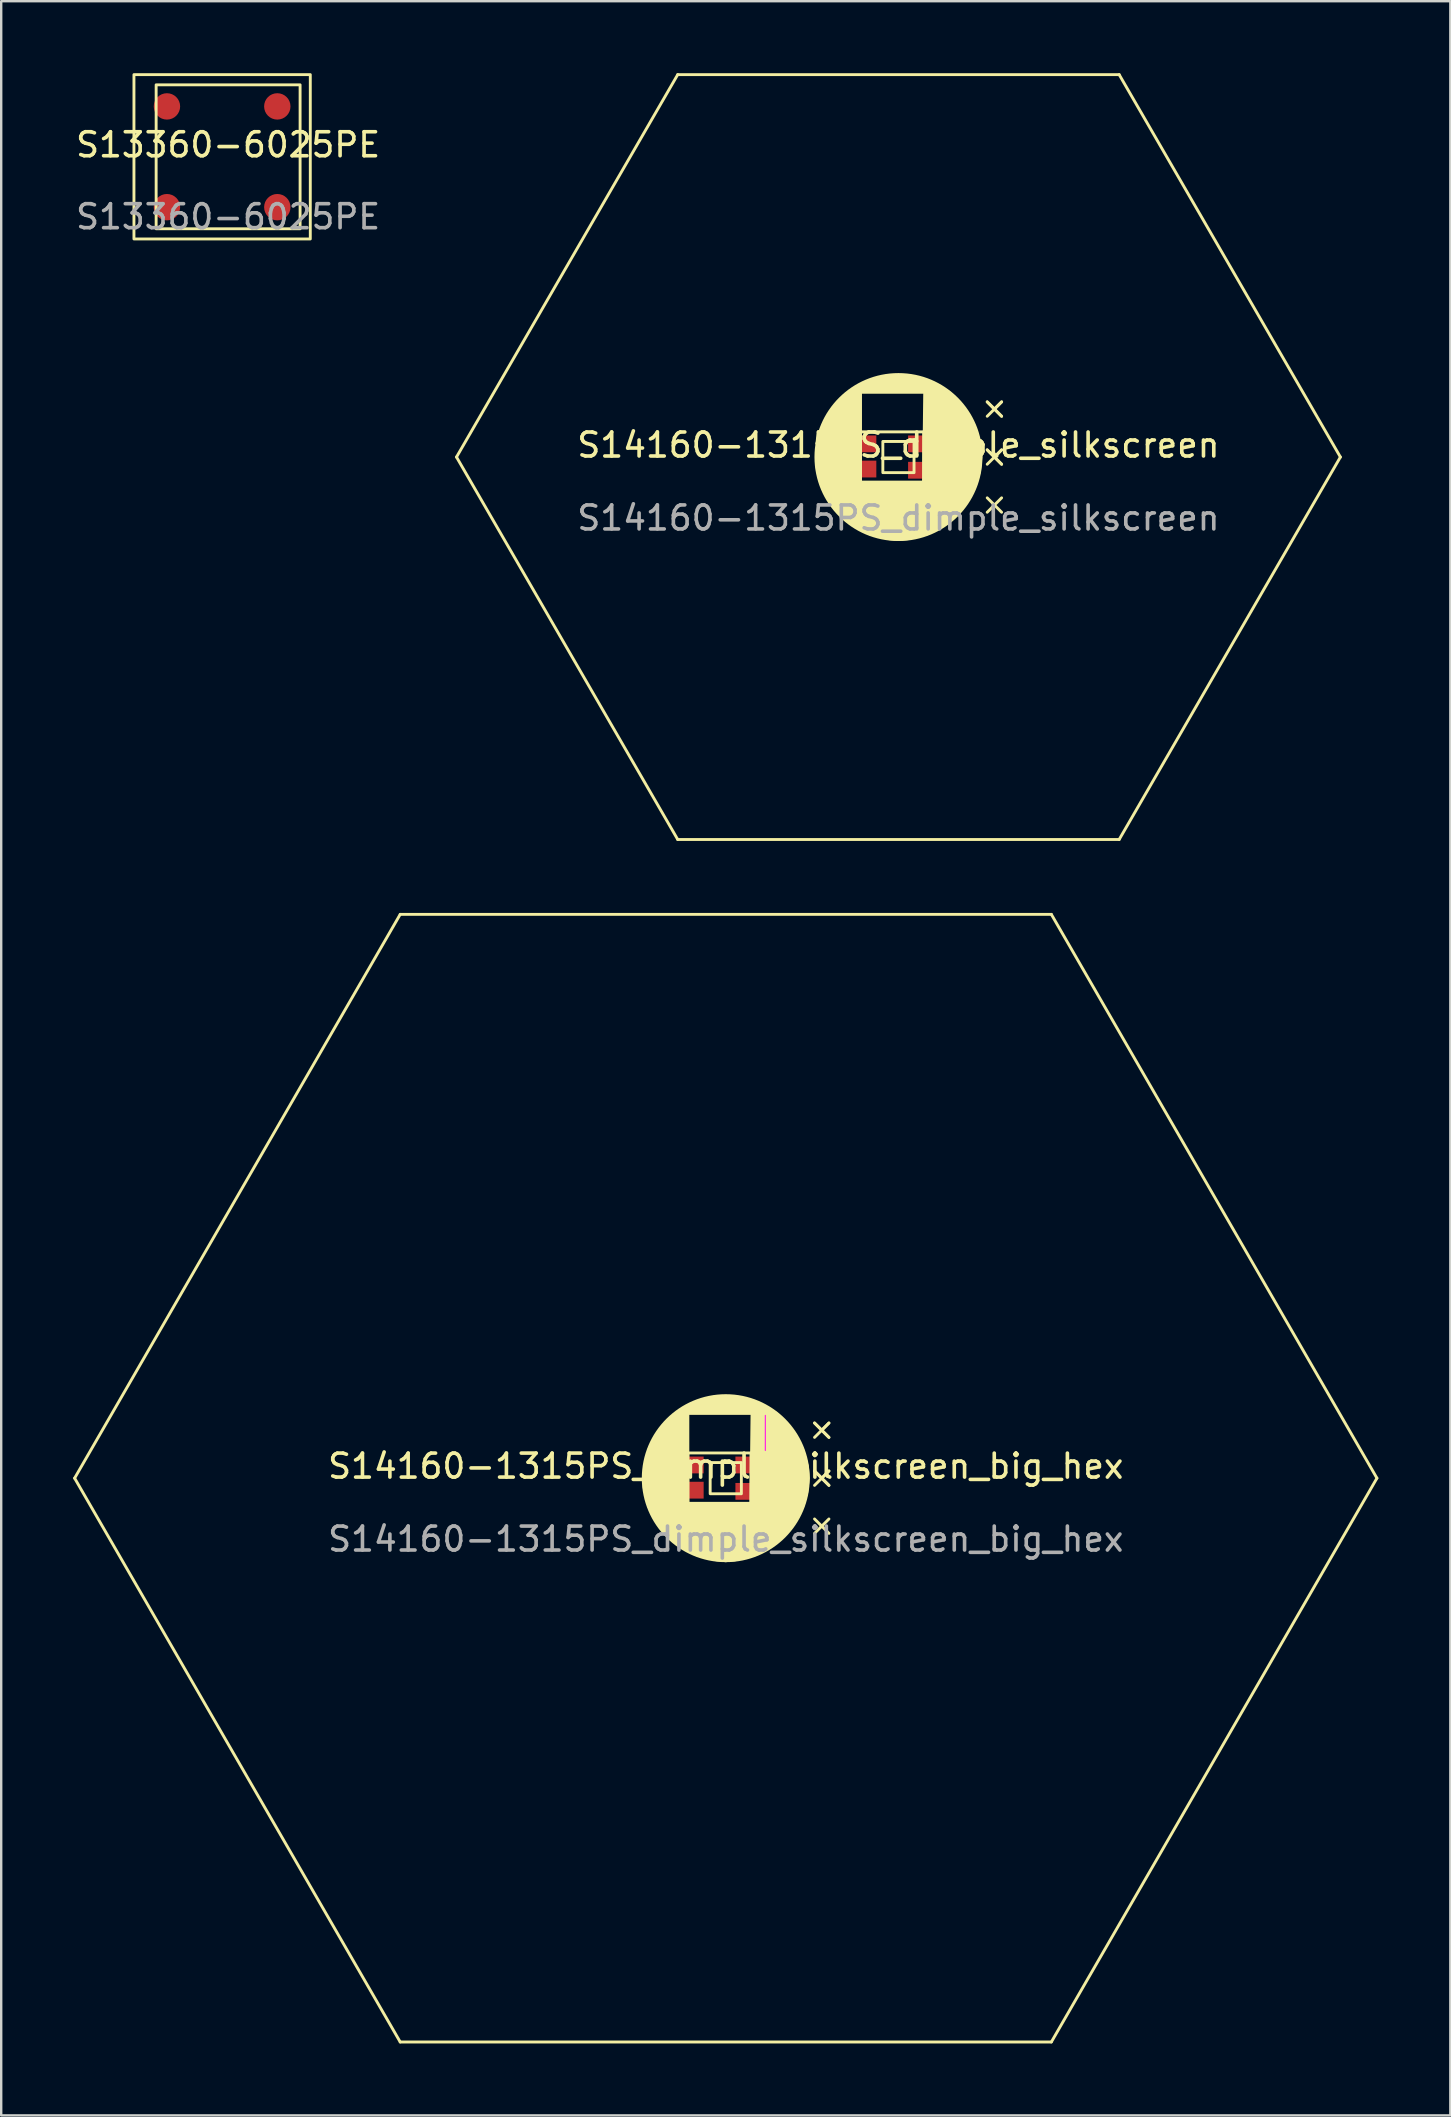
<source format=kicad_pcb>
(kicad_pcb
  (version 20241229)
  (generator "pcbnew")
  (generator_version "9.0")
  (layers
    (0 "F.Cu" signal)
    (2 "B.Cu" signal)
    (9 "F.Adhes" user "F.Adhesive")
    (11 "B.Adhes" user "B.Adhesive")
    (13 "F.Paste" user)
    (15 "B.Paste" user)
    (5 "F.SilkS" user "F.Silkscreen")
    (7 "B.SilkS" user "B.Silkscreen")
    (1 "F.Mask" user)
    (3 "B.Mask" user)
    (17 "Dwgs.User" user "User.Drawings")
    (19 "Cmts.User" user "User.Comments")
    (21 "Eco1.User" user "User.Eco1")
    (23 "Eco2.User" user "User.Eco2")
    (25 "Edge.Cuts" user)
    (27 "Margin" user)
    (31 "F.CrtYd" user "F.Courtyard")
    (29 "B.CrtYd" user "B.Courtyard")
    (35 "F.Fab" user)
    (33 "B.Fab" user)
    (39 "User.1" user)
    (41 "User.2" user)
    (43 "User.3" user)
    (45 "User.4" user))
  (footprint "S14160-1315PS_dimple_silkscreen"
    (layer "F.Cu")
    (at 34.397 16)
    (property "Reference" "S14160-1315PS_dimple_silkscreen" (at 0 -0.5 0) (unlocked yes) (layer "F.SilkS") (effects (font (size 1 1) (thickness 0.15))))
    (attr smd)
    (fp_line (start -18.42 0) (end -9.2 -15.94) (stroke (width 0.12) (type solid)) (layer "F.SilkS"))
    (fp_line (start -9.2 -15.94) (end 9.2 -15.94) (stroke (width 0.12) (type solid)) (layer "F.SilkS"))
    (fp_line (start -9.2 15.94) (end -18.42 0) (stroke (width 0.12) (type solid)) (layer "F.SilkS"))
    (fp_line (start -9.2 15.94) (end 9.2 15.94) (stroke (width 0.12) (type solid)) (layer "F.SilkS"))
    (fp_line (start -1.58 1.05) (end -1.58 -1.05) (stroke (width 0.12) (type solid)) (layer "F.SilkS"))
    (fp_line (start -1.58 1.05) (end 1.05 1.05) (stroke (width 0.12) (type solid)) (layer "F.SilkS"))
    (fp_line (start 1.05 -1.05) (end -1.58 -1.05) (stroke (width 0.12) (type solid)) (layer "F.SilkS"))
    (fp_line (start 1.05 -1.05) (end 1.05 1.05) (stroke (width 0.12) (type solid)) (layer "F.SilkS"))
    (fp_line (start 3.7 -2.3) (end 4 -2) (stroke (width 0.12) (type solid)) (layer "F.SilkS"))
    (fp_line (start 3.7 -0.3) (end 4 0) (stroke (width 0.12) (type solid)) (layer "F.SilkS"))
    (fp_line (start 4 -2) (end 3.7 -2.3) (stroke (width 0.12) (type solid)) (layer "F.SilkS"))
    (fp_line (start 4 -2) (end 3.7 -1.7) (stroke (width 0.12) (type solid)) (layer "F.SilkS"))
    (fp_line (start 4 -2) (end 4.3 -2.3) (stroke (width 0.12) (type solid)) (layer "F.SilkS"))
    (fp_line (start 4 -2) (end 4.3 -1.7) (stroke (width 0.12) (type solid)) (layer "F.SilkS"))
    (fp_line (start 4 0) (end 3.7 -0.3) (stroke (width 0.12) (type solid)) (layer "F.SilkS"))
    (fp_line (start 4 0) (end 3.7 0.3) (stroke (width 0.12) (type solid)) (layer "F.SilkS"))
    (fp_line (start 4 0) (end 4.3 -0.3) (stroke (width 0.12) (type solid)) (layer "F.SilkS"))
    (fp_line (start 4 0) (end 4.3 0.3) (stroke (width 0.12) (type solid)) (layer "F.SilkS"))
    (fp_line (start 4 2) (end 3.7 1.7) (stroke (width 0.12) (type solid)) (layer "F.SilkS"))
    (fp_line (start 4 2) (end 3.7 2.3) (stroke (width 0.12) (type solid)) (layer "F.SilkS"))
    (fp_line (start 4 2) (end 4.3 1.7) (stroke (width 0.12) (type solid)) (layer "F.SilkS"))
    (fp_line (start 4 2) (end 4.3 2.3) (stroke (width 0.12) (type solid)) (layer "F.SilkS"))
    (fp_line (start 4.3 -2.3) (end 4 -2) (stroke (width 0.12) (type solid)) (layer "F.SilkS"))
    (fp_line (start 4.3 -1.7) (end 4 -2) (stroke (width 0.12) (type solid)) (layer "F.SilkS"))
    (fp_line (start 4.3 -0.3) (end 4 0) (stroke (width 0.12) (type solid)) (layer "F.SilkS"))
    (fp_line (start 4.3 0.3) (end 4 0) (stroke (width 0.12) (type solid)) (layer "F.SilkS"))
    (fp_line (start 9.2 15.94) (end 18.42 0) (stroke (width 0.12) (type solid)) (layer "F.SilkS"))
    (fp_line (start 18.42 0) (end 9.2 -15.94) (stroke (width 0.12) (type solid)) (layer "F.SilkS"))
    (fp_rect (start -0.65 -0.65) (end 0.65 0.65) (stroke (width 0.12) (type solid)) (fill no) (layer "F.SilkS"))
    (fp_circle (center 0 0) (end 3.44 0) (stroke (width 0.12) (type solid)) (fill no) (layer "F.SilkS"))
    (fp_poly (pts (xy 1.1 -3.2) (xy 1.3 -2.7) (xy -1.6 -2.7) (xy -1.58 -3) (xy -1.1 -3.2) (xy -0.4 -3.4) (xy 0.2 -3.4)) (stroke (width 0.12) (type solid)) (fill yes) (layer "F.SilkS"))
    (fp_poly (pts (xy -1.58 1.05) (xy 1.05 1.05) (xy 1.3 2.1) (xy 0 3.44) (xy -0.4 3.4) (xy -1.2 3.2) (xy -1.6 3) (xy -1.9 2.8) (xy -2.4 2.4) (xy -2.8 1.9) (xy -3.2 1.2) (xy -3.4 0.4) (xy -3.4 -0.2) (xy -3.2 -1.2) (xy -2.8 -1.9) (xy -2.3 -2.5) (xy -1.58 -3)) (stroke (width 0.12) (type solid)) (fill yes) (layer "F.SilkS"))
    (fp_poly (pts (xy 1.6 -3) (xy 2.1 -2.7) (xy 2.5 -2.3) (xy 2.9 -1.8) (xy 3.1 -1.4) (xy 3.2 -1.2) (xy 3.4 -0.5) (xy 3.44 0) (xy 3.375 0.6) (xy 3.2 1.2) (xy 2.8 1.9) (xy 2.2 2.6) (xy 1.6 3) (xy 1.2 3.2) (xy 0.4 3.4) (xy 0 3.44) (xy 1.05 1.05) (xy 1.1 -3.2)) (stroke (width 0.12) (type solid)) (fill yes) (layer "F.SilkS"))
    (fp_text user "${REFERENCE}" (at 0 2.54 0) (unlocked yes) (layer "F.Fab") (effects (font (size 1 1) (thickness 0.15))))
    (pad "1" smd rect (at 0.752 -0.55) (size 0.7 0.7) (layers "F.Cu" "F.Mask" "F.Paste"))
    (pad "2" smd rect (at -1.272 -0.55) (size 0.7 0.7) (layers "F.Cu" "F.Mask" "F.Paste"))
    (pad "3" smd rect (at -1.272 0.5) (size 0.7 0.7) (layers "F.Cu" "F.Mask" "F.Paste"))
    (pad "4" smd rect (at 0.752 0.55) (size 0.7 0.7) (layers "F.Cu" "F.Mask" "F.Paste")))
  (footprint "S14160-1315PS_dimple_silkscreen_big_hex"
    (layer "F.Cu")
    (at 27.2 58.56)
    (property "Reference" "S14160-1315PS_dimple_silkscreen_big_hex" (at 0 -0.5 0) (unlocked yes) (layer "F.SilkS") (effects (font (size 1 1) (thickness 0.15))))
    (attr smd)
    (fp_line (start -27.14 0) (end -13.57 -23.5) (stroke (width 0.12) (type solid)) (layer "F.SilkS"))
    (fp_line (start -13.57 -23.5) (end 13.57 -23.5) (stroke (width 0.12) (type solid)) (layer "F.SilkS"))
    (fp_line (start -13.57 23.5) (end -27.14 0) (stroke (width 0.12) (type solid)) (layer "F.SilkS"))
    (fp_line (start -13.57 23.5) (end 13.57 23.5) (stroke (width 0.12) (type solid)) (layer "F.SilkS"))
    (fp_line (start -1.58 1.05) (end -1.58 -1.05) (stroke (width 0.12) (type solid)) (layer "F.SilkS"))
    (fp_line (start -1.58 1.05) (end 1.05 1.05) (stroke (width 0.12) (type solid)) (layer "F.SilkS"))
    (fp_line (start 1.05 -1.05) (end -1.58 -1.05) (stroke (width 0.12) (type solid)) (layer "F.SilkS"))
    (fp_line (start 1.05 -1.05) (end 1.05 1.05) (stroke (width 0.12) (type solid)) (layer "F.SilkS"))
    (fp_line (start 3.7 -2.3) (end 4 -2) (stroke (width 0.12) (type solid)) (layer "F.SilkS"))
    (fp_line (start 3.7 -0.3) (end 4 0) (stroke (width 0.12) (type solid)) (layer "F.SilkS"))
    (fp_line (start 4 -2) (end 3.7 -2.3) (stroke (width 0.12) (type solid)) (layer "F.SilkS"))
    (fp_line (start 4 -2) (end 3.7 -1.7) (stroke (width 0.12) (type solid)) (layer "F.SilkS"))
    (fp_line (start 4 -2) (end 4.3 -2.3) (stroke (width 0.12) (type solid)) (layer "F.SilkS"))
    (fp_line (start 4 -2) (end 4.3 -1.7) (stroke (width 0.12) (type solid)) (layer "F.SilkS"))
    (fp_line (start 4 0) (end 3.7 -0.3) (stroke (width 0.12) (type solid)) (layer "F.SilkS"))
    (fp_line (start 4 0) (end 3.7 0.3) (stroke (width 0.12) (type solid)) (layer "F.SilkS"))
    (fp_line (start 4 0) (end 4.3 -0.3) (stroke (width 0.12) (type solid)) (layer "F.SilkS"))
    (fp_line (start 4 0) (end 4.3 0.3) (stroke (width 0.12) (type solid)) (layer "F.SilkS"))
    (fp_line (start 4 2) (end 3.7 1.7) (stroke (width 0.12) (type solid)) (layer "F.SilkS"))
    (fp_line (start 4 2) (end 3.7 2.3) (stroke (width 0.12) (type solid)) (layer "F.SilkS"))
    (fp_line (start 4 2) (end 4.3 1.7) (stroke (width 0.12) (type solid)) (layer "F.SilkS"))
    (fp_line (start 4 2) (end 4.3 2.3) (stroke (width 0.12) (type solid)) (layer "F.SilkS"))
    (fp_line (start 4.3 -2.3) (end 4 -2) (stroke (width 0.12) (type solid)) (layer "F.SilkS"))
    (fp_line (start 4.3 -1.7) (end 4 -2) (stroke (width 0.12) (type solid)) (layer "F.SilkS"))
    (fp_line (start 4.3 -0.3) (end 4 0) (stroke (width 0.12) (type solid)) (layer "F.SilkS"))
    (fp_line (start 4.3 0.3) (end 4 0) (stroke (width 0.12) (type solid)) (layer "F.SilkS"))
    (fp_line (start 13.57 23.5) (end 27.14 0) (stroke (width 0.12) (type solid)) (layer "F.SilkS"))
    (fp_line (start 27.14 0) (end 13.57 -23.5) (stroke (width 0.12) (type solid)) (layer "F.SilkS"))
    (fp_rect (start -0.65 -0.65) (end 0.65 0.65) (stroke (width 0.12) (type solid)) (fill no) (layer "F.SilkS"))
    (fp_circle (center 0 0) (end 3.44 0) (stroke (width 0.12) (type solid)) (fill no) (layer "F.SilkS"))
    (fp_poly (pts (xy 1.1 -3.2) (xy 1.3 -2.7) (xy -1.6 -2.7) (xy -1.58 -3) (xy -1.1 -3.2) (xy -0.4 -3.4) (xy 0.2 -3.4)) (stroke (width 0.12) (type solid)) (fill yes) (layer "F.SilkS"))
    (fp_poly (pts (xy -1.58 1.05) (xy 1.05 1.05) (xy 1.3 2.1) (xy 0 3.44) (xy -0.4 3.4) (xy -1.2 3.2) (xy -1.6 3) (xy -1.9 2.8) (xy -2.4 2.4) (xy -2.8 1.9) (xy -3.2 1.2) (xy -3.4 0.4) (xy -3.4 -0.2) (xy -3.2 -1.2) (xy -2.8 -1.9) (xy -2.3 -2.5) (xy -1.58 -3)) (stroke (width 0.12) (type solid)) (fill yes) (layer "F.SilkS"))
    (fp_poly (pts (xy 1.6 -3) (xy 2.1 -2.7) (xy 2.5 -2.3) (xy 2.9 -1.8) (xy 3.1 -1.4) (xy 3.2 -1.2) (xy 3.4 -0.5) (xy 3.44 0) (xy 3.375 0.6) (xy 3.2 1.2) (xy 2.8 1.9) (xy 2.2 2.6) (xy 1.6 3) (xy 1.2 3.2) (xy 0.4 3.4) (xy 0 3.44) (xy 1.05 1.05) (xy 1.1 -3.2)) (stroke (width 0.12) (type solid)) (fill yes) (layer "F.SilkS"))
    (fp_line (start 1.65 -2.615) (end 1.65 -1.155) (stroke (width 0.05) (type solid)) (layer "F.CrtYd"))
    (fp_text user "${REFERENCE}" (at 0 2.54 0) (unlocked yes) (layer "F.Fab") (effects (font (size 1 1) (thickness 0.15))))
    (pad "1" smd rect (at 0.752 -0.55) (size 0.7 0.7) (layers "F.Cu" "F.Mask" "F.Paste"))
    (pad "2" smd rect (at -1.272 -0.55) (size 0.7 0.7) (layers "F.Cu" "F.Mask" "F.Paste"))
    (pad "3" smd rect (at -1.272 0.5) (size 0.7 0.7) (layers "F.Cu" "F.Mask" "F.Paste"))
    (pad "4" smd rect (at 0.752 0.55) (size 0.7 0.7) (layers "F.Cu" "F.Mask" "F.Paste")))
  (footprint "S13360-6025PE"
    (layer "F.Cu")
    (at 6.458 3.485)
    (property "Reference" "S13360-6025PE" (at 0 -0.5 0) (unlocked yes) (layer "F.SilkS") (effects (font (size 1 1) (thickness 0.15))))
    (attr smd)
    (fp_rect (start -3.925 -3.425) (end 3.425 3.425) (stroke (width 0.12) (type solid)) (fill no) (layer "F.SilkS"))
    (fp_rect (start -3 -3) (end 3 3) (stroke (width 0.12) (type solid)) (fill no) (layer "F.SilkS"))
    (fp_text user "${REFERENCE}" (at 0 2.5 0) (unlocked yes) (layer "F.Fab") (effects (font (size 1 1) (thickness 0.15))))
    (pad "1" smd circle (at 2.05 -2.1) (size 1.1 1.1) (layers "F.Cu" "F.Mask" "F.Paste"))
    (pad "2" smd circle (at -2.55 -2.1) (size 1.1 1.1) (layers "F.Cu" "F.Mask" "F.Paste"))
    (pad "3" smd circle (at -2.55 2.1) (size 1.1 1.1) (layers "F.Cu" "F.Mask" "F.Paste"))
    (pad "4" smd circle (at 2.05 2.1) (size 1.1 1.1) (layers "F.Cu" "F.Mask" "F.Paste")))
  (gr_rect
    (start -3 -3)
    (end 57.4 85.12)
    (stroke (width 0.1) (type default))
    (fill no)
    (layer "Edge.Cuts")))
</source>
